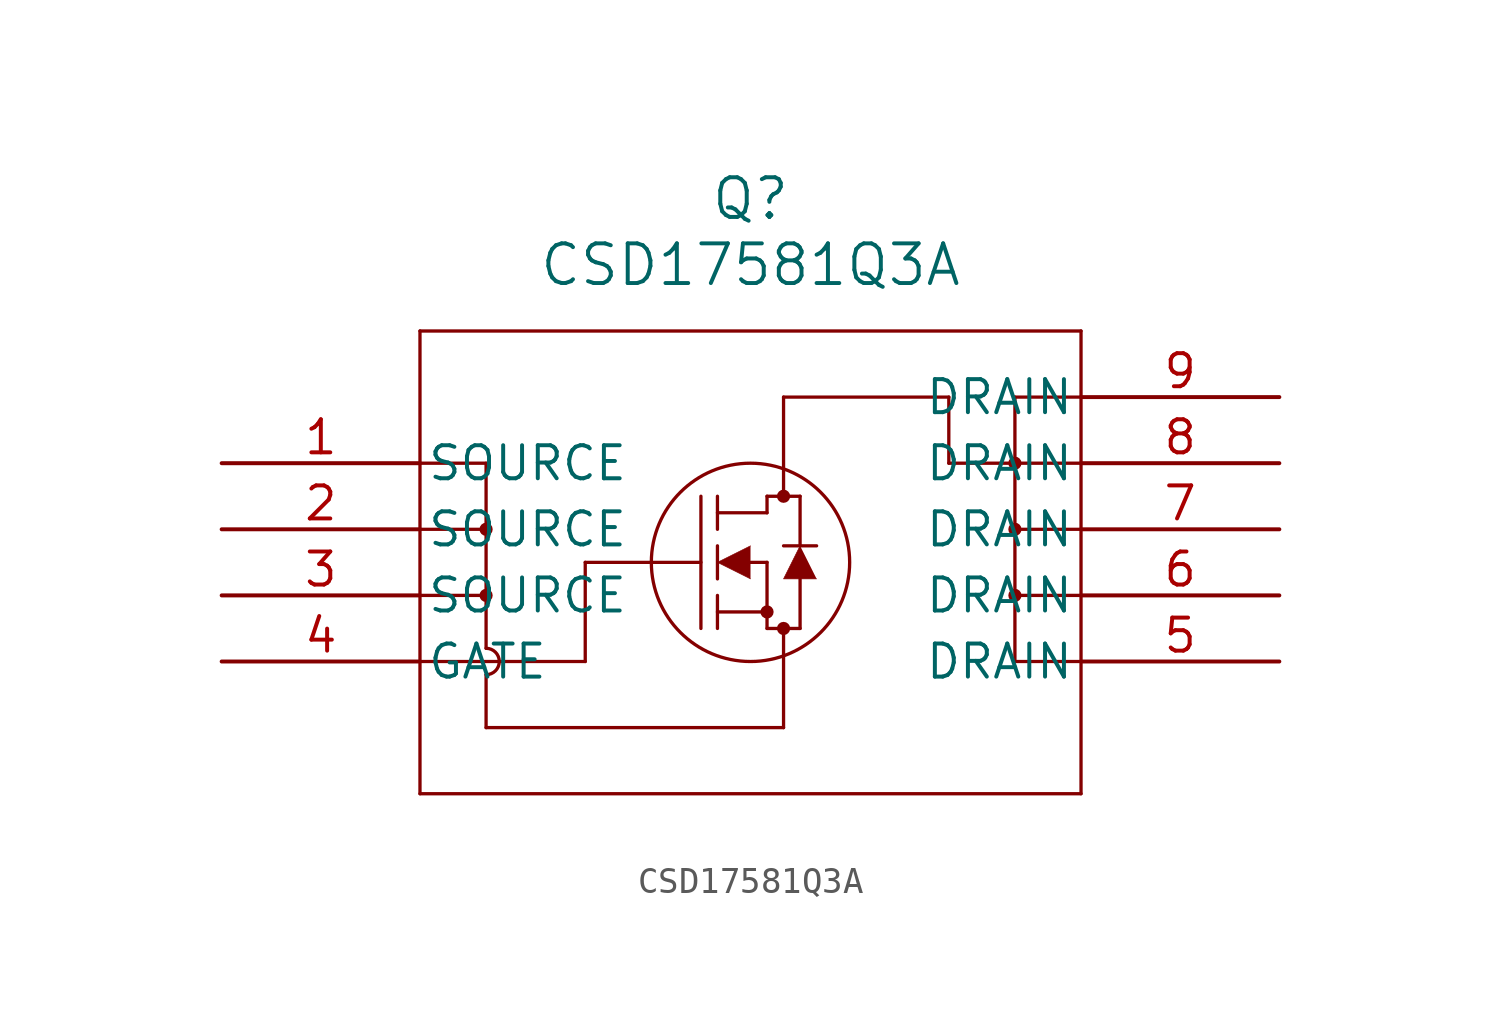
<source format=kicad_sym>
(kicad_symbol_lib
  (version 20220914)
  (generator kicad_symbol_editor)
  (symbol "CSD17581Q3A"
    (pin_names
      (offset 0.254))
    (property "Reference" "Q"
      (at 20.32 10.16 0)
      (effects (font (size 1.524 1.524))))
    (property "Value" "CSD17581Q3A"
      (at 20.32 7.62 0)
      (effects (font (size 1.524 1.524))))
    (property "ki_locked" ""
      (at 0 0 0)
      (effects (font (size 1.27 1.27))))
    (symbol "CSD17581Q3A_0_1"
      (polyline (pts (xy 7.62 -12.7) (xy 33.02 -12.7)) (stroke (width 0.127) (type default)) (fill (type none)))
      (polyline (pts (xy 7.62 -7.62) (xy 13.97 -7.62)) (stroke (width 0.127) (type default)) (fill (type none)))
      (polyline (pts (xy 7.62 -5.08) (xy 10.16 -5.08)) (stroke (width 0.127) (type default)) (fill (type none)))
      (polyline (pts (xy 7.62 -2.54) (xy 10.16 -2.54)) (stroke (width 0.127) (type default)) (fill (type none)))
      (polyline (pts (xy 7.62 0) (xy 10.16 0)) (stroke (width 0.127) (type default)) (fill (type none)))
      (polyline (pts (xy 7.62 5.08) (xy 7.62 -12.7)) (stroke (width 0.127) (type default)) (fill (type none)))
      (polyline (pts (xy 10.16 -10.16) (xy 21.59 -10.16)) (stroke (width 0.127) (type default)) (fill (type none)))
      (polyline (pts (xy 10.16 -8.128) (xy 10.16 -10.16)) (stroke (width 0.127) (type default)) (fill (type none)))
      (polyline (pts (xy 10.16 0) (xy 10.16 -7.112)) (stroke (width 0.127) (type default)) (fill (type none)))
      (polyline (pts (xy 13.97 -7.62) (xy 13.97 -3.81)) (stroke (width 0.127) (type default)) (fill (type none)))
      (polyline (pts (xy 13.97 -3.81) (xy 18.415 -3.81)) (stroke (width 0.127) (type default)) (fill (type none)))
      (polyline (pts (xy 18.415 -6.35) (xy 18.415 -1.27)) (stroke (width 0.127) (type default)) (fill (type none)))
      (polyline (pts (xy 19.05 -6.35) (xy 19.05 -5.08)) (stroke (width 0.127) (type default)) (fill (type none)))
      (polyline (pts (xy 19.05 -5.715) (xy 20.955 -5.715)) (stroke (width 0.127) (type default)) (fill (type none)))
      (polyline (pts (xy 19.05 -4.445) (xy 19.05 -3.175)) (stroke (width 0.127) (type default)) (fill (type none)))
      (polyline (pts (xy 19.05 -2.54) (xy 19.05 -1.27)) (stroke (width 0.127) (type default)) (fill (type none)))
      (polyline (pts (xy 19.05 -1.905) (xy 20.955 -1.905)) (stroke (width 0.127) (type default)) (fill (type none)))
      (polyline (pts (xy 20.32 -3.81) (xy 20.955 -3.81)) (stroke (width 0.127) (type default)) (fill (type none)))
      (polyline (pts (xy 20.955 -6.35) (xy 20.955 -3.81)) (stroke (width 0.127) (type default)) (fill (type none)))
      (polyline (pts (xy 20.955 -6.35) (xy 22.225 -6.35)) (stroke (width 0.127) (type default)) (fill (type none)))
      (polyline (pts (xy 20.955 -1.905) (xy 20.955 -1.27)) (stroke (width 0.127) (type default)) (fill (type none)))
      (polyline (pts (xy 20.955 -1.27) (xy 22.225 -1.27)) (stroke (width 0.127) (type default)) (fill (type none)))
      (polyline (pts (xy 21.59 -10.16) (xy 21.59 -6.35)) (stroke (width 0.127) (type default)) (fill (type none)))
      (polyline (pts (xy 21.59 2.54) (xy 21.59 -1.27)) (stroke (width 0.127) (type default)) (fill (type none)))
      (polyline (pts (xy 22.225 -6.35) (xy 22.225 -4.445)) (stroke (width 0.127) (type default)) (fill (type none)))
      (polyline (pts (xy 22.225 -3.175) (xy 22.225 -1.27)) (stroke (width 0.127) (type default)) (fill (type none)))
      (polyline (pts (xy 22.86 -3.175) (xy 21.59 -3.175)) (stroke (width 0.127) (type default)) (fill (type none)))
      (polyline (pts (xy 27.94 0) (xy 27.94 2.54)) (stroke (width 0.127) (type default)) (fill (type none)))
      (polyline (pts (xy 27.94 2.54) (xy 21.59 2.54)) (stroke (width 0.127) (type default)) (fill (type none)))
      (polyline (pts (xy 30.48 -7.62) (xy 30.48 0)) (stroke (width 0.127) (type default)) (fill (type none)))
      (polyline (pts (xy 30.48 0) (xy 30.48 2.54)) (stroke (width 0.127) (type default)) (fill (type none)))
      (polyline (pts (xy 30.48 2.54) (xy 33.02 2.54)) (stroke (width 0.127) (type default)) (fill (type none)))
      (polyline (pts (xy 33.02 -12.7) (xy 33.02 5.08)) (stroke (width 0.127) (type default)) (fill (type none)))
      (polyline (pts (xy 33.02 -7.62) (xy 30.48 -7.62)) (stroke (width 0.127) (type default)) (fill (type none)))
      (polyline (pts (xy 33.02 -5.08) (xy 30.48 -5.08)) (stroke (width 0.127) (type default)) (fill (type none)))
      (polyline (pts (xy 33.02 -2.54) (xy 30.48 -2.54)) (stroke (width 0.127) (type default)) (fill (type none)))
      (polyline (pts (xy 33.02 0) (xy 27.94 0)) (stroke (width 0.127) (type default)) (fill (type none)))
      (polyline (pts (xy 33.02 5.08) (xy 7.62 5.08)) (stroke (width 0.127) (type default)) (fill (type none)))
      (polyline (pts (xy 20.32 -3.175) (xy 19.05 -3.81) (xy 20.32 -4.445)) (stroke (width 0.025) (type default)) (fill (type outline)))
      (polyline (pts (xy 22.86 -4.445) (xy 21.59 -4.445) (xy 22.225 -3.175)) (stroke (width 0.025) (type default)) (fill (type outline)))
      (arc (start 10.16 -8.128) (mid 10.6658 -7.62) (end 10.16 -7.112) (stroke (width 0.127) (type default)) (fill (type none)))
      (circle (center 10.16 -5.08) (radius 0.127) (stroke (width 0.254) (type default)) (fill (type none)))
      (circle (center 10.16 -2.54) (radius 0.127) (stroke (width 0.254) (type default)) (fill (type none)))
      (circle (center 20.32 -3.81) (radius 3.81) (stroke (width 0.127) (type default)) (fill (type none)))
      (circle (center 20.955 -5.715) (radius 0.127) (stroke (width 0.254) (type default)) (fill (type none)))
      (circle (center 21.59 -6.35) (radius 0.127) (stroke (width 0.254) (type default)) (fill (type none)))
      (circle (center 21.59 -1.27) (radius 0.127) (stroke (width 0.254) (type default)) (fill (type none)))
      (circle (center 30.48 -5.08) (radius 0.127) (stroke (width 0.254) (type default)) (fill (type none)))
      (circle (center 30.48 -2.54) (radius 0.127) (stroke (width 0.254) (type default)) (fill (type none)))
      (circle (center 30.48 0) (radius 0.127) (stroke (width 0.254) (type default)) (fill (type none))))
    (symbol "CSD17581Q3A_1_1"
      (pin passive line (at 0 0 0) (length 7.62) (name "SOURCE" (effects (font (size 1.27 1.27)))) (number "1" (effects (font (size 1.27 1.27)))))
      (pin passive line (at 0 -2.54 0) (length 7.62) (name "SOURCE" (effects (font (size 1.27 1.27)))) (number "2" (effects (font (size 1.27 1.27)))))
      (pin passive line (at 0 -5.08 0) (length 7.62) (name "SOURCE" (effects (font (size 1.27 1.27)))) (number "3" (effects (font (size 1.27 1.27)))))
      (pin passive line (at 0 -7.62 0) (length 7.62) (name "GATE" (effects (font (size 1.27 1.27)))) (number "4" (effects (font (size 1.27 1.27)))))
      (pin passive line (at 40.64 -7.62 180) (length 7.62) (name "DRAIN" (effects (font (size 1.27 1.27)))) (number "5" (effects (font (size 1.27 1.27)))))
      (pin passive line (at 40.64 -5.08 180) (length 7.62) (name "DRAIN" (effects (font (size 1.27 1.27)))) (number "6" (effects (font (size 1.27 1.27)))))
      (pin passive line (at 40.64 -2.54 180) (length 7.62) (name "DRAIN" (effects (font (size 1.27 1.27)))) (number "7" (effects (font (size 1.27 1.27)))))
      (pin passive line (at 40.64 0 180) (length 7.62) (name "DRAIN" (effects (font (size 1.27 1.27)))) (number "8" (effects (font (size 1.27 1.27)))))
      (pin passive line (at 40.64 2.54 180) (length 7.62) (name "DRAIN" (effects (font (size 1.27 1.27)))) (number "9" (effects (font (size 1.27 1.27))))))))
</source>
